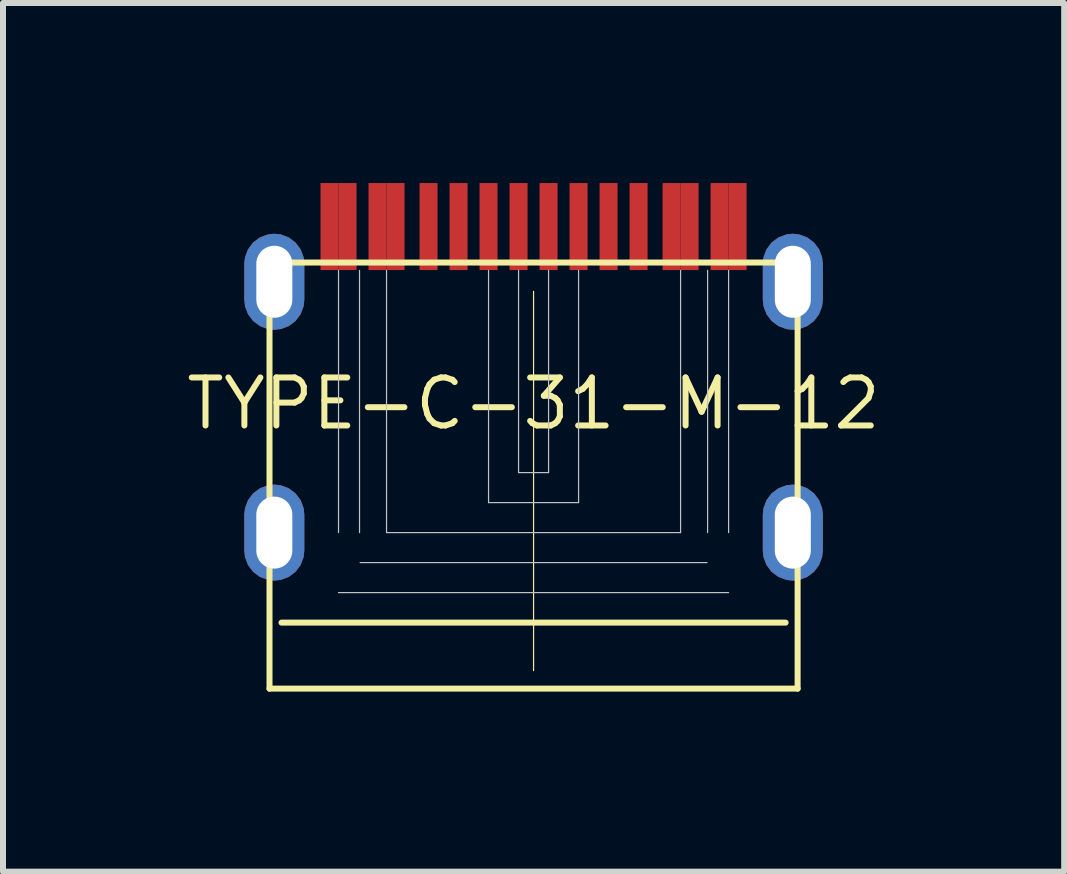
<source format=kicad_pcb>
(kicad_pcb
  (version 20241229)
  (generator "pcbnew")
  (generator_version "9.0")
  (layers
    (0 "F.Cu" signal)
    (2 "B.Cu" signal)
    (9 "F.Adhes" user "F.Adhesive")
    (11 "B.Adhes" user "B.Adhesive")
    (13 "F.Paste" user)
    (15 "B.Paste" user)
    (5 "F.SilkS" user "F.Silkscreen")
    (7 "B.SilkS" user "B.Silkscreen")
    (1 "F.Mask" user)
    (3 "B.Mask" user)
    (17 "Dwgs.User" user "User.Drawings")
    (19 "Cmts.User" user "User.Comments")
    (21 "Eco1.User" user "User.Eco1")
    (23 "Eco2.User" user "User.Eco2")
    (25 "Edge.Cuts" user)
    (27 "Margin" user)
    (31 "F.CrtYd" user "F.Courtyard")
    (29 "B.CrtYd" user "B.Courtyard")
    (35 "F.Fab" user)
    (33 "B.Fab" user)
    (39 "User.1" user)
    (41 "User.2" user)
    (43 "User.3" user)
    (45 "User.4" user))
  (footprint "TYPE-C-31-M-12"
    (layer "F.Cu")
    (at 5.841 5.825)
    (property "Reference" "TYPE-C-31-M-12" (at 0 -2.15 180) (layer "F.SilkS") (effects (font (size 0.8 0.8) (thickness 0.1))))
    (attr smd)
    (fp_line (start -4.4 -4.5) (end -4.4 2.6) (stroke (width 0.1) (type solid)) (layer "F.SilkS"))
    (fp_line (start -4.4 -4.5) (end 4.4 -4.5) (stroke (width 0.1) (type solid)) (layer "F.SilkS"))
    (fp_line (start 0 -4.02) (end 0 2.3) (stroke (width 0.02) (type solid)) (layer "F.SilkS"))
    (fp_line (start 4.2 1.5) (end -4.2 1.5) (stroke (width 0.1) (type solid)) (layer "F.SilkS"))
    (fp_line (start 4.4 -4.5) (end 4.4 2.6) (stroke (width 0.1) (type solid)) (layer "F.SilkS"))
    (fp_line (start 4.4 2.6) (end -4.4 2.6) (stroke (width 0.1) (type solid)) (layer "F.SilkS"))
    (fp_line (start -3.25 -4.37) (end -3.25 0) (stroke (width 0.02) (type solid)) (layer "Dwgs.User"))
    (fp_line (start -3.25 1) (end 3.25 1) (stroke (width 0.02) (type solid)) (layer "Dwgs.User"))
    (fp_line (start -2.9 -4.37) (end -2.9 0) (stroke (width 0.02) (type solid)) (layer "Dwgs.User"))
    (fp_line (start -2.89 0.5) (end 2.89 0.5) (stroke (width 0.02) (type solid)) (layer "Dwgs.User"))
    (fp_line (start -2.45 -4.37) (end -2.45 0) (stroke (width 0.02) (type solid)) (layer "Dwgs.User"))
    (fp_line (start -2.45 0) (end 2.45 0) (stroke (width 0.02) (type solid)) (layer "Dwgs.User"))
    (fp_line (start -0.75 -4.37) (end -0.75 -0.5) (stroke (width 0.02) (type solid)) (layer "Dwgs.User"))
    (fp_line (start -0.75 -0.5) (end 0.75 -0.5) (stroke (width 0.02) (type solid)) (layer "Dwgs.User"))
    (fp_line (start -0.25 -4.37) (end -0.25 -1) (stroke (width 0.02) (type solid)) (layer "Dwgs.User"))
    (fp_line (start -0.25 -1) (end 0.25 -1) (stroke (width 0.02) (type solid)) (layer "Dwgs.User"))
    (fp_line (start 0.25 -4.37) (end 0.25 -1) (stroke (width 0.02) (type solid)) (layer "Dwgs.User"))
    (fp_line (start 0.75 -4.37) (end 0.75 -0.5) (stroke (width 0.02) (type solid)) (layer "Dwgs.User"))
    (fp_line (start 2.45 -4.37) (end 2.45 0) (stroke (width 0.02) (type solid)) (layer "Dwgs.User"))
    (fp_line (start 2.9 -4.37) (end 2.9 0) (stroke (width 0.02) (type solid)) (layer "Dwgs.User"))
    (fp_line (start 3.25 -4.37) (end 3.25 0) (stroke (width 0.02) (type solid)) (layer "Dwgs.User"))
    (pad "A1" smd rect (at -3.4 -5.1) (size 0.3 1.45) (layers "F.Cu" "F.Mask" "F.Paste"))
    (pad "A4" smd rect (at -2.6 -5.1) (size 0.3 1.45) (layers "F.Cu" "F.Mask" "F.Paste"))
    (pad "A5" smd rect (at -1.25 -5.1) (size 0.3 1.45) (layers "F.Cu" "F.Mask" "F.Paste"))
    (pad "A6" smd rect (at -0.25 -5.1) (size 0.3 1.45) (layers "F.Cu" "F.Mask" "F.Paste"))
    (pad "A7" smd rect (at 0.25 -5.1) (size 0.3 1.45) (layers "F.Cu" "F.Mask" "F.Paste"))
    (pad "A8" smd rect (at 1.25 -5.1) (size 0.3 1.45) (layers "F.Cu" "F.Mask" "F.Paste"))
    (pad "A9" smd rect (at 2.6 -5.1) (size 0.3 1.45) (layers "F.Cu" "F.Mask" "F.Paste"))
    (pad "A12" smd rect (at 3.4 -5.1) (size 0.3 1.45) (layers "F.Cu" "F.Mask" "F.Paste"))
    (pad "B1" smd rect (at 3.1 -5.1) (size 0.3 1.45) (layers "F.Cu" "F.Mask" "F.Paste"))
    (pad "B4" smd rect (at 2.3 -5.1) (size 0.3 1.45) (layers "F.Cu" "F.Mask" "F.Paste"))
    (pad "B5" smd rect (at 1.75 -5.1) (size 0.3 1.45) (layers "F.Cu" "F.Mask" "F.Paste"))
    (pad "B6" smd rect (at 0.75 -5.1) (size 0.3 1.45) (layers "F.Cu" "F.Mask" "F.Paste"))
    (pad "B7" smd rect (at -0.75 -5.1) (size 0.3 1.45) (layers "F.Cu" "F.Mask" "F.Paste"))
    (pad "B8" smd rect (at -1.75 -5.1) (size 0.3 1.45) (layers "F.Cu" "F.Mask" "F.Paste"))
    (pad "B9" smd rect (at -2.3 -5.1) (size 0.3 1.45) (layers "F.Cu" "F.Mask" "F.Paste"))
    (pad "B12" smd rect (at -3.1 -5.1) (size 0.3 1.45) (layers "F.Cu" "F.Mask" "F.Paste"))
    (pad "S1" thru_hole roundrect (at -4.32 -4.18) (size 1 1.6) (drill oval 0.6 1.2) (layers "*.Cu" "*.Mask") (roundrect_rratio 0.5))
    (pad "S1" thru_hole roundrect (at -4.32 0) (size 1 1.6) (drill oval 0.6 1.2) (layers "*.Cu" "*.Mask") (roundrect_rratio 0.5))
    (pad "S1" thru_hole roundrect (at 4.32 -4.18) (size 1 1.6) (drill oval 0.6 1.2) (layers "*.Cu" "*.Mask") (roundrect_rratio 0.5))
    (pad "S1" thru_hole roundrect (at 4.32 0) (size 1 1.6) (drill oval 0.6 1.2) (layers "*.Cu" "*.Mask") (roundrect_rratio 0.5)))
  (gr_rect
    (start -3 -3)
    (end 14.683 11.475)
    (stroke (width 0.1) (type default))
    (fill no)
    (layer "Edge.Cuts")))
</source>
